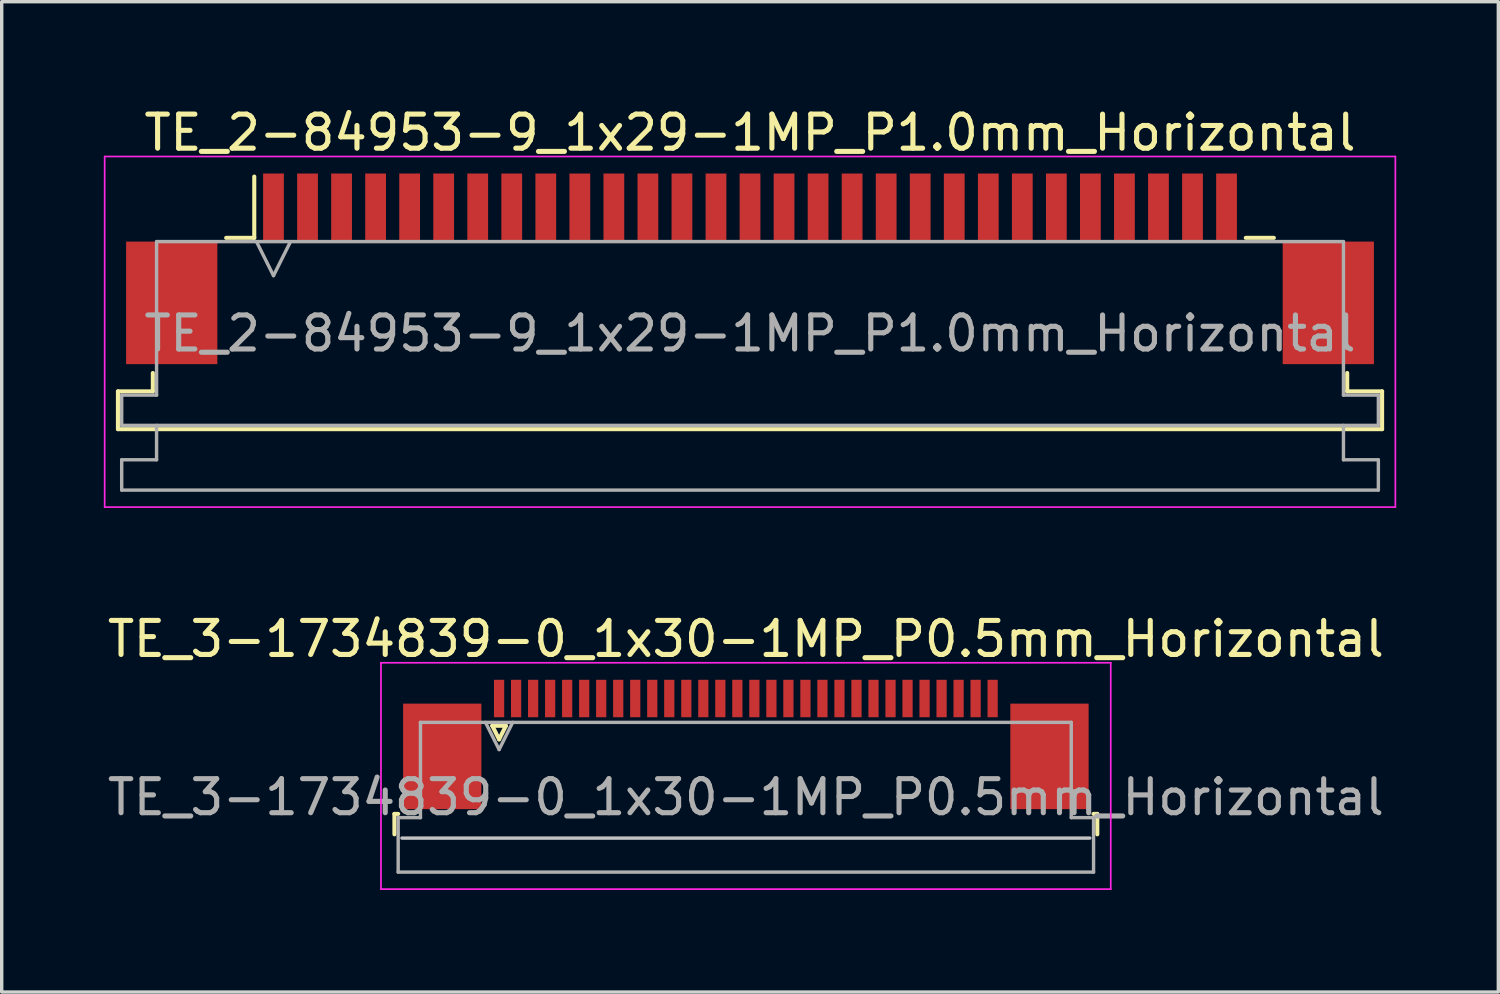
<source format=kicad_pcb>
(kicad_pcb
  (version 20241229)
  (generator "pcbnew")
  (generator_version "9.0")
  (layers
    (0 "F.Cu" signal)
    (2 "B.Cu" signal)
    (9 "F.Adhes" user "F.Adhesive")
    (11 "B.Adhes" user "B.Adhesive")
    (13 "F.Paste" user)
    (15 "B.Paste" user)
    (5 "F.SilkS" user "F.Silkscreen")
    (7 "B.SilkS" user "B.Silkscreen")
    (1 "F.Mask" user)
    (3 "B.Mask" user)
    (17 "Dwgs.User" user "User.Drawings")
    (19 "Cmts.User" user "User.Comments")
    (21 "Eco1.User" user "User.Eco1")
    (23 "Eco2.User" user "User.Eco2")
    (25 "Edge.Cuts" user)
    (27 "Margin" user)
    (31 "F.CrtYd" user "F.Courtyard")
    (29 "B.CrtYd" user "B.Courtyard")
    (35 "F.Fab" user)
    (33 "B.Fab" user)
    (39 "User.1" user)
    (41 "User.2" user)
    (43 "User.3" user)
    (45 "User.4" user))
  (footprint "TE_2-84953-9_1x29-1MP_P1.0mm_Horizontal"
    (layer "F.Cu")
    (at 18.985 4.848)
    (property "Reference" "TE_2-84953-9_1x29-1MP_P1.0mm_Horizontal" (at 0 -4 0) (layer "F.SilkS") (effects (font (size 1 1) (thickness 0.15))))
    (attr smd)
    (fp_line (start -18.57 3.6) (end -17.545 3.6) (stroke (width 0.12) (type solid)) (layer "F.SilkS"))
    (fp_line (start -18.57 4.71) (end -18.57 3.6) (stroke (width 0.12) (type solid)) (layer "F.SilkS"))
    (fp_line (start -17.545 3.6) (end -17.545 3.06) (stroke (width 0.12) (type solid)) (layer "F.SilkS"))
    (fp_line (start -15.39 -0.91) (end -14.565 -0.91) (stroke (width 0.12) (type solid)) (layer "F.SilkS"))
    (fp_line (start -14.565 -0.91) (end -14.565 -2.71) (stroke (width 0.12) (type solid)) (layer "F.SilkS"))
    (fp_line (start 14.565 -0.91) (end 15.39 -0.91) (stroke (width 0.12) (type solid)) (layer "F.SilkS"))
    (fp_line (start 17.545 3.06) (end 17.545 3.6) (stroke (width 0.12) (type solid)) (layer "F.SilkS"))
    (fp_line (start 17.545 3.6) (end 18.57 3.6) (stroke (width 0.12) (type solid)) (layer "F.SilkS"))
    (fp_line (start 18.57 3.6) (end 18.57 4.71) (stroke (width 0.12) (type solid)) (layer "F.SilkS"))
    (fp_line (start 18.57 4.71) (end -18.57 4.71) (stroke (width 0.12) (type solid)) (layer "F.SilkS"))
    (fp_line (start -18.96 -3.3) (end -18.96 7) (stroke (width 0.05) (type solid)) (layer "F.CrtYd"))
    (fp_line (start -18.96 7) (end 18.96 7) (stroke (width 0.05) (type solid)) (layer "F.CrtYd"))
    (fp_line (start 18.96 -3.3) (end -18.96 -3.3) (stroke (width 0.05) (type solid)) (layer "F.CrtYd"))
    (fp_line (start 18.96 7) (end 18.96 -3.3) (stroke (width 0.05) (type solid)) (layer "F.CrtYd"))
    (fp_line (start -18.46 3.71) (end -17.435 3.71) (stroke (width 0.1) (type solid)) (layer "F.Fab"))
    (fp_line (start -18.46 4.6) (end -18.46 3.71) (stroke (width 0.1) (type solid)) (layer "F.Fab"))
    (fp_line (start -18.46 5.61) (end -17.435 5.61) (stroke (width 0.1) (type solid)) (layer "F.Fab"))
    (fp_line (start -18.46 6.5) (end -18.46 5.61) (stroke (width 0.1) (type solid)) (layer "F.Fab"))
    (fp_line (start -17.435 -0.8) (end 17.435 -0.8) (stroke (width 0.1) (type solid)) (layer "F.Fab"))
    (fp_line (start -17.435 3.71) (end -17.435 -0.8) (stroke (width 0.1) (type solid)) (layer "F.Fab"))
    (fp_line (start -17.435 5.61) (end -17.435 4.6) (stroke (width 0.1) (type solid)) (layer "F.Fab"))
    (fp_line (start -14.5 -0.8) (end -14 0.2) (stroke (width 0.1) (type solid)) (layer "F.Fab"))
    (fp_line (start -14 0.2) (end -13.5 -0.8) (stroke (width 0.1) (type solid)) (layer "F.Fab"))
    (fp_line (start 17.435 -0.8) (end 17.435 3.71) (stroke (width 0.1) (type solid)) (layer "F.Fab"))
    (fp_line (start 17.435 3.71) (end 18.46 3.71) (stroke (width 0.1) (type solid)) (layer "F.Fab"))
    (fp_line (start 17.435 4.6) (end 17.435 5.61) (stroke (width 0.1) (type solid)) (layer "F.Fab"))
    (fp_line (start 17.435 5.61) (end 18.46 5.61) (stroke (width 0.1) (type solid)) (layer "F.Fab"))
    (fp_line (start 18.46 3.71) (end 18.46 4.6) (stroke (width 0.1) (type solid)) (layer "F.Fab"))
    (fp_line (start 18.46 4.6) (end -18.46 4.6) (stroke (width 0.1) (type solid)) (layer "F.Fab"))
    (fp_line (start 18.46 5.61) (end 18.46 6.5) (stroke (width 0.1) (type solid)) (layer "F.Fab"))
    (fp_line (start 18.46 6.5) (end -18.46 6.5) (stroke (width 0.1) (type solid)) (layer "F.Fab"))
    (fp_text user "${REFERENCE}" (at 0 1.9 0) (layer "F.Fab") (effects (font (size 1 1) (thickness 0.15))))
    (pad "1" smd rect (at -14 -1.8) (size 0.61 2) (layers "F.Cu" "F.Mask" "F.Paste"))
    (pad "2" smd rect (at -13 -1.8) (size 0.61 2) (layers "F.Cu" "F.Mask" "F.Paste"))
    (pad "3" smd rect (at -12 -1.8) (size 0.61 2) (layers "F.Cu" "F.Mask" "F.Paste"))
    (pad "4" smd rect (at -11 -1.8) (size 0.61 2) (layers "F.Cu" "F.Mask" "F.Paste"))
    (pad "5" smd rect (at -10 -1.8) (size 0.61 2) (layers "F.Cu" "F.Mask" "F.Paste"))
    (pad "6" smd rect (at -9 -1.8) (size 0.61 2) (layers "F.Cu" "F.Mask" "F.Paste"))
    (pad "7" smd rect (at -8 -1.8) (size 0.61 2) (layers "F.Cu" "F.Mask" "F.Paste"))
    (pad "8" smd rect (at -7 -1.8) (size 0.61 2) (layers "F.Cu" "F.Mask" "F.Paste"))
    (pad "9" smd rect (at -6 -1.8) (size 0.61 2) (layers "F.Cu" "F.Mask" "F.Paste"))
    (pad "10" smd rect (at -5 -1.8) (size 0.61 2) (layers "F.Cu" "F.Mask" "F.Paste"))
    (pad "11" smd rect (at -4 -1.8) (size 0.61 2) (layers "F.Cu" "F.Mask" "F.Paste"))
    (pad "12" smd rect (at -3 -1.8) (size 0.61 2) (layers "F.Cu" "F.Mask" "F.Paste"))
    (pad "13" smd rect (at -2 -1.8) (size 0.61 2) (layers "F.Cu" "F.Mask" "F.Paste"))
    (pad "14" smd rect (at -1 -1.8) (size 0.61 2) (layers "F.Cu" "F.Mask" "F.Paste"))
    (pad "15" smd rect (at 0 -1.8) (size 0.61 2) (layers "F.Cu" "F.Mask" "F.Paste"))
    (pad "16" smd rect (at 1 -1.8) (size 0.61 2) (layers "F.Cu" "F.Mask" "F.Paste"))
    (pad "17" smd rect (at 2 -1.8) (size 0.61 2) (layers "F.Cu" "F.Mask" "F.Paste"))
    (pad "18" smd rect (at 3 -1.8) (size 0.61 2) (layers "F.Cu" "F.Mask" "F.Paste"))
    (pad "19" smd rect (at 4 -1.8) (size 0.61 2) (layers "F.Cu" "F.Mask" "F.Paste"))
    (pad "20" smd rect (at 5 -1.8) (size 0.61 2) (layers "F.Cu" "F.Mask" "F.Paste"))
    (pad "21" smd rect (at 6 -1.8) (size 0.61 2) (layers "F.Cu" "F.Mask" "F.Paste"))
    (pad "22" smd rect (at 7 -1.8) (size 0.61 2) (layers "F.Cu" "F.Mask" "F.Paste"))
    (pad "23" smd rect (at 8 -1.8) (size 0.61 2) (layers "F.Cu" "F.Mask" "F.Paste"))
    (pad "24" smd rect (at 9 -1.8) (size 0.61 2) (layers "F.Cu" "F.Mask" "F.Paste"))
    (pad "25" smd rect (at 10 -1.8) (size 0.61 2) (layers "F.Cu" "F.Mask" "F.Paste"))
    (pad "26" smd rect (at 11 -1.8) (size 0.61 2) (layers "F.Cu" "F.Mask" "F.Paste"))
    (pad "27" smd rect (at 12 -1.8) (size 0.61 2) (layers "F.Cu" "F.Mask" "F.Paste"))
    (pad "28" smd rect (at 13 -1.8) (size 0.61 2) (layers "F.Cu" "F.Mask" "F.Paste"))
    (pad "29" smd rect (at 14 -1.8) (size 0.61 2) (layers "F.Cu" "F.Mask" "F.Paste"))
    (pad "MP" smd rect (at -16.99 1) (size 2.68 3.6) (layers "F.Cu" "F.Mask" "F.Paste"))
    (pad "MP" smd rect (at 16.99 1) (size 2.68 3.6) (layers "F.Cu" "F.Mask" "F.Paste")))
  (footprint "TE_3-1734839-0_1x30-1MP_P0.5mm_Horizontal"
    (layer "F.Cu")
    (at 18.863 18.822)
    (property "Reference" "TE_3-1734839-0_1x30-1MP_P0.5mm_Horizontal" (at 0 -3.1 0) (layer "F.SilkS") (effects (font (size 1 1) (thickness 0.15))))
    (attr smd)
    (fp_line (start -10.325 2.04) (end -10.325 2.64) (stroke (width 0.12) (type solid)) (layer "F.SilkS"))
    (fp_line (start -10.215 2.04) (end -10.325 2.04) (stroke (width 0.12) (type solid)) (layer "F.SilkS"))
    (fp_line (start -7.45 -0.55) (end -7.25 -0.15) (stroke (width 0.12) (type solid)) (layer "F.SilkS"))
    (fp_line (start -7.25 -0.15) (end -7.05 -0.55) (stroke (width 0.12) (type solid)) (layer "F.SilkS"))
    (fp_line (start -7.05 -0.55) (end -7.45 -0.55) (stroke (width 0.12) (type solid)) (layer "F.SilkS"))
    (fp_line (start 10.215 2.04) (end 10.325 2.04) (stroke (width 0.12) (type solid)) (layer "F.SilkS"))
    (fp_line (start 10.325 2.04) (end 10.325 2.64) (stroke (width 0.12) (type solid)) (layer "F.SilkS"))
    (fp_line (start 10.105 2.75) (end -10.105 2.75) (stroke (width 0.1) (type solid)) (layer "Dwgs.User"))
    (fp_line (start -10.72 -2.4) (end -10.72 4.25) (stroke (width 0.05) (type solid)) (layer "F.CrtYd"))
    (fp_line (start -10.72 4.25) (end 10.72 4.25) (stroke (width 0.05) (type solid)) (layer "F.CrtYd"))
    (fp_line (start 10.72 -2.4) (end -10.72 -2.4) (stroke (width 0.05) (type solid)) (layer "F.CrtYd"))
    (fp_line (start 10.72 4.25) (end 10.72 -2.4) (stroke (width 0.05) (type solid)) (layer "F.CrtYd"))
    (fp_line (start -10.215 2.15) (end -9.56 2.15) (stroke (width 0.1) (type solid)) (layer "F.Fab"))
    (fp_line (start -10.215 3.75) (end -10.215 2.15) (stroke (width 0.1) (type solid)) (layer "F.Fab"))
    (fp_line (start -9.56 -0.65) (end 9.56 -0.65) (stroke (width 0.1) (type solid)) (layer "F.Fab"))
    (fp_line (start -9.56 2.15) (end -9.56 -0.65) (stroke (width 0.1) (type solid)) (layer "F.Fab"))
    (fp_line (start -7.65 -0.65) (end -7.25 0.15) (stroke (width 0.1) (type solid)) (layer "F.Fab"))
    (fp_line (start -7.25 0.15) (end -6.85 -0.65) (stroke (width 0.1) (type solid)) (layer "F.Fab"))
    (fp_line (start 9.56 -0.65) (end 9.56 2.15) (stroke (width 0.1) (type solid)) (layer "F.Fab"))
    (fp_line (start 9.56 2.15) (end 10.215 2.15) (stroke (width 0.1) (type solid)) (layer "F.Fab"))
    (fp_line (start 10.215 2.15) (end 10.215 3.75) (stroke (width 0.1) (type solid)) (layer "F.Fab"))
    (fp_line (start 10.215 3.75) (end -10.215 3.75) (stroke (width 0.1) (type solid)) (layer "F.Fab"))
    (fp_text user "${REFERENCE}" (at 0 1.55 0) (layer "F.Fab") (effects (font (size 1 1) (thickness 0.15))))
    (pad "1" smd rect (at -7.25 -1.35) (size 0.3 1.1) (layers "F.Cu" "F.Mask" "F.Paste"))
    (pad "2" smd rect (at -6.75 -1.35) (size 0.3 1.1) (layers "F.Cu" "F.Mask" "F.Paste"))
    (pad "3" smd rect (at -6.25 -1.35) (size 0.3 1.1) (layers "F.Cu" "F.Mask" "F.Paste"))
    (pad "4" smd rect (at -5.75 -1.35) (size 0.3 1.1) (layers "F.Cu" "F.Mask" "F.Paste"))
    (pad "5" smd rect (at -5.25 -1.35) (size 0.3 1.1) (layers "F.Cu" "F.Mask" "F.Paste"))
    (pad "6" smd rect (at -4.75 -1.35) (size 0.3 1.1) (layers "F.Cu" "F.Mask" "F.Paste"))
    (pad "7" smd rect (at -4.25 -1.35) (size 0.3 1.1) (layers "F.Cu" "F.Mask" "F.Paste"))
    (pad "8" smd rect (at -3.75 -1.35) (size 0.3 1.1) (layers "F.Cu" "F.Mask" "F.Paste"))
    (pad "9" smd rect (at -3.25 -1.35) (size 0.3 1.1) (layers "F.Cu" "F.Mask" "F.Paste"))
    (pad "10" smd rect (at -2.75 -1.35) (size 0.3 1.1) (layers "F.Cu" "F.Mask" "F.Paste"))
    (pad "11" smd rect (at -2.25 -1.35) (size 0.3 1.1) (layers "F.Cu" "F.Mask" "F.Paste"))
    (pad "12" smd rect (at -1.75 -1.35) (size 0.3 1.1) (layers "F.Cu" "F.Mask" "F.Paste"))
    (pad "13" smd rect (at -1.25 -1.35) (size 0.3 1.1) (layers "F.Cu" "F.Mask" "F.Paste"))
    (pad "14" smd rect (at -0.75 -1.35) (size 0.3 1.1) (layers "F.Cu" "F.Mask" "F.Paste"))
    (pad "15" smd rect (at -0.25 -1.35) (size 0.3 1.1) (layers "F.Cu" "F.Mask" "F.Paste"))
    (pad "16" smd rect (at 0.25 -1.35) (size 0.3 1.1) (layers "F.Cu" "F.Mask" "F.Paste"))
    (pad "17" smd rect (at 0.75 -1.35) (size 0.3 1.1) (layers "F.Cu" "F.Mask" "F.Paste"))
    (pad "18" smd rect (at 1.25 -1.35) (size 0.3 1.1) (layers "F.Cu" "F.Mask" "F.Paste"))
    (pad "19" smd rect (at 1.75 -1.35) (size 0.3 1.1) (layers "F.Cu" "F.Mask" "F.Paste"))
    (pad "20" smd rect (at 2.25 -1.35) (size 0.3 1.1) (layers "F.Cu" "F.Mask" "F.Paste"))
    (pad "21" smd rect (at 2.75 -1.35) (size 0.3 1.1) (layers "F.Cu" "F.Mask" "F.Paste"))
    (pad "22" smd rect (at 3.25 -1.35) (size 0.3 1.1) (layers "F.Cu" "F.Mask" "F.Paste"))
    (pad "23" smd rect (at 3.75 -1.35) (size 0.3 1.1) (layers "F.Cu" "F.Mask" "F.Paste"))
    (pad "24" smd rect (at 4.25 -1.35) (size 0.3 1.1) (layers "F.Cu" "F.Mask" "F.Paste"))
    (pad "25" smd rect (at 4.75 -1.35) (size 0.3 1.1) (layers "F.Cu" "F.Mask" "F.Paste"))
    (pad "26" smd rect (at 5.25 -1.35) (size 0.3 1.1) (layers "F.Cu" "F.Mask" "F.Paste"))
    (pad "27" smd rect (at 5.75 -1.35) (size 0.3 1.1) (layers "F.Cu" "F.Mask" "F.Paste"))
    (pad "28" smd rect (at 6.25 -1.35) (size 0.3 1.1) (layers "F.Cu" "F.Mask" "F.Paste"))
    (pad "29" smd rect (at 6.75 -1.35) (size 0.3 1.1) (layers "F.Cu" "F.Mask" "F.Paste"))
    (pad "30" smd rect (at 7.25 -1.35) (size 0.3 1.1) (layers "F.Cu" "F.Mask" "F.Paste"))
    (pad "MP" smd rect (at -8.92 0.35) (size 2.3 3.1) (layers "F.Cu" "F.Mask" "F.Paste"))
    (pad "MP" smd rect (at 8.92 0.35) (size 2.3 3.1) (layers "F.Cu" "F.Mask" "F.Paste")))
  (gr_rect
    (start -3 -3)
    (end 40.97 26.096)
    (stroke (width 0.1) (type default))
    (fill no)
    (layer "Edge.Cuts")))
</source>
